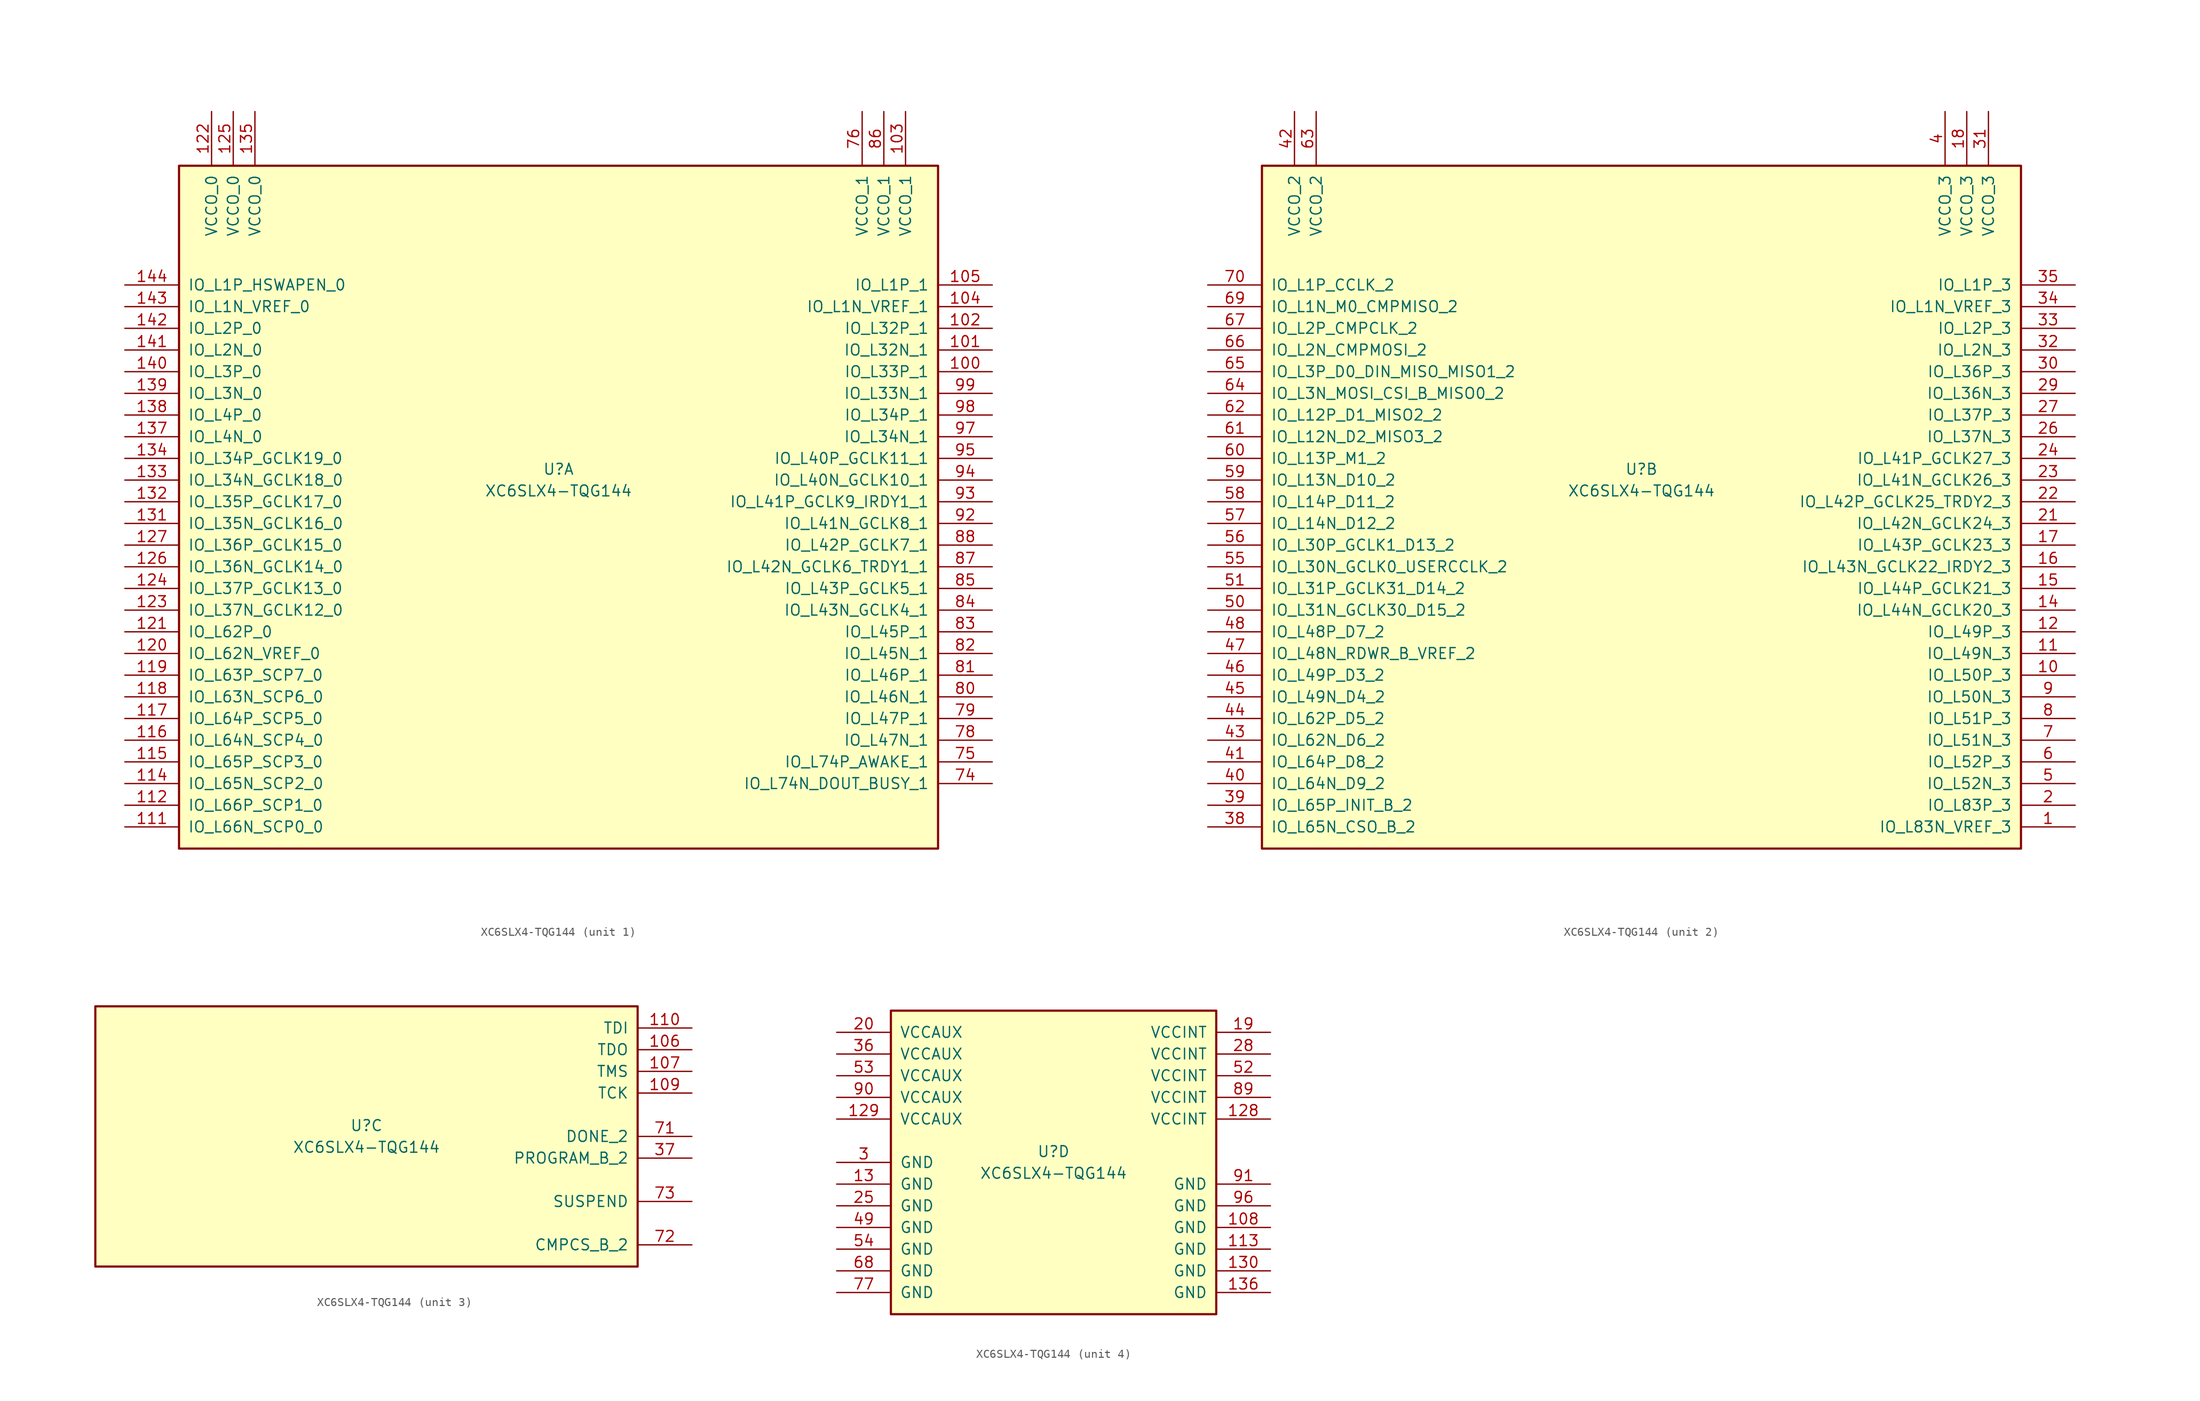
<source format=kicad_sym>
(kicad_symbol_lib
  (version 20201005)
  (generator kicad_symbol_editor)
  (symbol "XC6SLX4-TQG144"
    (pin_names
      (offset 1.016))
    (property "Reference" "U"
      (at 0 1.27 0)
      (effects (font (size 1.27 1.27))))
    (property "Value" "XC6SLX4-TQG144"
      (at 0 -1.27 0)
      (effects (font (size 1.27 1.27))))
    (property "Datasheet" ""
      (at 0 0 0)
      (effects (font (size 1.27 1.27))))
    (property "ki_locked" ""
      (at 0 0 0)
      (effects (font (size 1.27 1.27))))
    (symbol "XC6SLX4-TQG144_1_1"
      (rectangle (start -44.45 36.83) (end 44.45 -43.18) (stroke (width 0.254)) (fill (type background)))
      (pin bidirectional line (at 50.8 12.7 180) (length 6.35) (name "IO_L33P_1" (effects (font (size 1.27 1.27)))) (number "100" (effects (font (size 1.27 1.27)))))
      (pin bidirectional line (at 50.8 15.24 180) (length 6.35) (name "IO_L32N_1" (effects (font (size 1.27 1.27)))) (number "101" (effects (font (size 1.27 1.27)))))
      (pin bidirectional line (at 50.8 17.78 180) (length 6.35) (name "IO_L32P_1" (effects (font (size 1.27 1.27)))) (number "102" (effects (font (size 1.27 1.27)))))
      (pin power_in line (at 40.64 43.18 270) (length 6.35) (name "VCCO_1" (effects (font (size 1.27 1.27)))) (number "103" (effects (font (size 1.27 1.27)))))
      (pin bidirectional line (at 50.8 20.32 180) (length 6.35) (name "IO_L1N_VREF_1" (effects (font (size 1.27 1.27)))) (number "104" (effects (font (size 1.27 1.27)))))
      (pin bidirectional line (at 50.8 22.86 180) (length 6.35) (name "IO_L1P_1" (effects (font (size 1.27 1.27)))) (number "105" (effects (font (size 1.27 1.27)))))
      (pin bidirectional line (at -50.8 -40.64 0) (length 6.35) (name "IO_L66N_SCP0_0" (effects (font (size 1.27 1.27)))) (number "111" (effects (font (size 1.27 1.27)))))
      (pin bidirectional line (at -50.8 -38.1 0) (length 6.35) (name "IO_L66P_SCP1_0" (effects (font (size 1.27 1.27)))) (number "112" (effects (font (size 1.27 1.27)))))
      (pin bidirectional line (at -50.8 -35.56 0) (length 6.35) (name "IO_L65N_SCP2_0" (effects (font (size 1.27 1.27)))) (number "114" (effects (font (size 1.27 1.27)))))
      (pin bidirectional line (at -50.8 -33.02 0) (length 6.35) (name "IO_L65P_SCP3_0" (effects (font (size 1.27 1.27)))) (number "115" (effects (font (size 1.27 1.27)))))
      (pin bidirectional line (at -50.8 -30.48 0) (length 6.35) (name "IO_L64N_SCP4_0" (effects (font (size 1.27 1.27)))) (number "116" (effects (font (size 1.27 1.27)))))
      (pin bidirectional line (at -50.8 -27.94 0) (length 6.35) (name "IO_L64P_SCP5_0" (effects (font (size 1.27 1.27)))) (number "117" (effects (font (size 1.27 1.27)))))
      (pin bidirectional line (at -50.8 -25.4 0) (length 6.35) (name "IO_L63N_SCP6_0" (effects (font (size 1.27 1.27)))) (number "118" (effects (font (size 1.27 1.27)))))
      (pin bidirectional line (at -50.8 -22.86 0) (length 6.35) (name "IO_L63P_SCP7_0" (effects (font (size 1.27 1.27)))) (number "119" (effects (font (size 1.27 1.27)))))
      (pin bidirectional line (at -50.8 -20.32 0) (length 6.35) (name "IO_L62N_VREF_0" (effects (font (size 1.27 1.27)))) (number "120" (effects (font (size 1.27 1.27)))))
      (pin bidirectional line (at -50.8 -17.78 0) (length 6.35) (name "IO_L62P_0" (effects (font (size 1.27 1.27)))) (number "121" (effects (font (size 1.27 1.27)))))
      (pin power_in line (at -40.64 43.18 270) (length 6.35) (name "VCCO_0" (effects (font (size 1.27 1.27)))) (number "122" (effects (font (size 1.27 1.27)))))
      (pin bidirectional line (at -50.8 -15.24 0) (length 6.35) (name "IO_L37N_GCLK12_0" (effects (font (size 1.27 1.27)))) (number "123" (effects (font (size 1.27 1.27)))))
      (pin bidirectional line (at -50.8 -12.7 0) (length 6.35) (name "IO_L37P_GCLK13_0" (effects (font (size 1.27 1.27)))) (number "124" (effects (font (size 1.27 1.27)))))
      (pin power_in line (at -38.1 43.18 270) (length 6.35) (name "VCCO_0" (effects (font (size 1.27 1.27)))) (number "125" (effects (font (size 1.27 1.27)))))
      (pin bidirectional line (at -50.8 -10.16 0) (length 6.35) (name "IO_L36N_GCLK14_0" (effects (font (size 1.27 1.27)))) (number "126" (effects (font (size 1.27 1.27)))))
      (pin bidirectional line (at -50.8 -7.62 0) (length 6.35) (name "IO_L36P_GCLK15_0" (effects (font (size 1.27 1.27)))) (number "127" (effects (font (size 1.27 1.27)))))
      (pin bidirectional line (at -50.8 -5.08 0) (length 6.35) (name "IO_L35N_GCLK16_0" (effects (font (size 1.27 1.27)))) (number "131" (effects (font (size 1.27 1.27)))))
      (pin bidirectional line (at -50.8 -2.54 0) (length 6.35) (name "IO_L35P_GCLK17_0" (effects (font (size 1.27 1.27)))) (number "132" (effects (font (size 1.27 1.27)))))
      (pin bidirectional line (at -50.8 0 0) (length 6.35) (name "IO_L34N_GCLK18_0" (effects (font (size 1.27 1.27)))) (number "133" (effects (font (size 1.27 1.27)))))
      (pin bidirectional line (at -50.8 2.54 0) (length 6.35) (name "IO_L34P_GCLK19_0" (effects (font (size 1.27 1.27)))) (number "134" (effects (font (size 1.27 1.27)))))
      (pin power_in line (at -35.56 43.18 270) (length 6.35) (name "VCCO_0" (effects (font (size 1.27 1.27)))) (number "135" (effects (font (size 1.27 1.27)))))
      (pin bidirectional line (at -50.8 5.08 0) (length 6.35) (name "IO_L4N_0" (effects (font (size 1.27 1.27)))) (number "137" (effects (font (size 1.27 1.27)))))
      (pin bidirectional line (at -50.8 7.62 0) (length 6.35) (name "IO_L4P_0" (effects (font (size 1.27 1.27)))) (number "138" (effects (font (size 1.27 1.27)))))
      (pin bidirectional line (at -50.8 10.16 0) (length 6.35) (name "IO_L3N_0" (effects (font (size 1.27 1.27)))) (number "139" (effects (font (size 1.27 1.27)))))
      (pin bidirectional line (at -50.8 12.7 0) (length 6.35) (name "IO_L3P_0" (effects (font (size 1.27 1.27)))) (number "140" (effects (font (size 1.27 1.27)))))
      (pin bidirectional line (at -50.8 15.24 0) (length 6.35) (name "IO_L2N_0" (effects (font (size 1.27 1.27)))) (number "141" (effects (font (size 1.27 1.27)))))
      (pin bidirectional line (at -50.8 17.78 0) (length 6.35) (name "IO_L2P_0" (effects (font (size 1.27 1.27)))) (number "142" (effects (font (size 1.27 1.27)))))
      (pin bidirectional line (at -50.8 20.32 0) (length 6.35) (name "IO_L1N_VREF_0" (effects (font (size 1.27 1.27)))) (number "143" (effects (font (size 1.27 1.27)))))
      (pin bidirectional line (at -50.8 22.86 0) (length 6.35) (name "IO_L1P_HSWAPEN_0" (effects (font (size 1.27 1.27)))) (number "144" (effects (font (size 1.27 1.27)))))
      (pin bidirectional line (at 50.8 -35.56 180) (length 6.35) (name "IO_L74N_DOUT_BUSY_1" (effects (font (size 1.27 1.27)))) (number "74" (effects (font (size 1.27 1.27)))))
      (pin bidirectional line (at 50.8 -33.02 180) (length 6.35) (name "IO_L74P_AWAKE_1" (effects (font (size 1.27 1.27)))) (number "75" (effects (font (size 1.27 1.27)))))
      (pin power_in line (at 35.56 43.18 270) (length 6.35) (name "VCCO_1" (effects (font (size 1.27 1.27)))) (number "76" (effects (font (size 1.27 1.27)))))
      (pin bidirectional line (at 50.8 -30.48 180) (length 6.35) (name "IO_L47N_1" (effects (font (size 1.27 1.27)))) (number "78" (effects (font (size 1.27 1.27)))))
      (pin bidirectional line (at 50.8 -27.94 180) (length 6.35) (name "IO_L47P_1" (effects (font (size 1.27 1.27)))) (number "79" (effects (font (size 1.27 1.27)))))
      (pin bidirectional line (at 50.8 -25.4 180) (length 6.35) (name "IO_L46N_1" (effects (font (size 1.27 1.27)))) (number "80" (effects (font (size 1.27 1.27)))))
      (pin bidirectional line (at 50.8 -22.86 180) (length 6.35) (name "IO_L46P_1" (effects (font (size 1.27 1.27)))) (number "81" (effects (font (size 1.27 1.27)))))
      (pin bidirectional line (at 50.8 -20.32 180) (length 6.35) (name "IO_L45N_1" (effects (font (size 1.27 1.27)))) (number "82" (effects (font (size 1.27 1.27)))))
      (pin bidirectional line (at 50.8 -17.78 180) (length 6.35) (name "IO_L45P_1" (effects (font (size 1.27 1.27)))) (number "83" (effects (font (size 1.27 1.27)))))
      (pin bidirectional line (at 50.8 -15.24 180) (length 6.35) (name "IO_L43N_GCLK4_1" (effects (font (size 1.27 1.27)))) (number "84" (effects (font (size 1.27 1.27)))))
      (pin bidirectional line (at 50.8 -12.7 180) (length 6.35) (name "IO_L43P_GCLK5_1" (effects (font (size 1.27 1.27)))) (number "85" (effects (font (size 1.27 1.27)))))
      (pin power_in line (at 38.1 43.18 270) (length 6.35) (name "VCCO_1" (effects (font (size 1.27 1.27)))) (number "86" (effects (font (size 1.27 1.27)))))
      (pin bidirectional line (at 50.8 -10.16 180) (length 6.35) (name "IO_L42N_GCLK6_TRDY1_1" (effects (font (size 1.27 1.27)))) (number "87" (effects (font (size 1.27 1.27)))))
      (pin bidirectional line (at 50.8 -7.62 180) (length 6.35) (name "IO_L42P_GCLK7_1" (effects (font (size 1.27 1.27)))) (number "88" (effects (font (size 1.27 1.27)))))
      (pin bidirectional line (at 50.8 -5.08 180) (length 6.35) (name "IO_L41N_GCLK8_1" (effects (font (size 1.27 1.27)))) (number "92" (effects (font (size 1.27 1.27)))))
      (pin bidirectional line (at 50.8 -2.54 180) (length 6.35) (name "IO_L41P_GCLK9_IRDY1_1" (effects (font (size 1.27 1.27)))) (number "93" (effects (font (size 1.27 1.27)))))
      (pin bidirectional line (at 50.8 0 180) (length 6.35) (name "IO_L40N_GCLK10_1" (effects (font (size 1.27 1.27)))) (number "94" (effects (font (size 1.27 1.27)))))
      (pin bidirectional line (at 50.8 2.54 180) (length 6.35) (name "IO_L40P_GCLK11_1" (effects (font (size 1.27 1.27)))) (number "95" (effects (font (size 1.27 1.27)))))
      (pin bidirectional line (at 50.8 5.08 180) (length 6.35) (name "IO_L34N_1" (effects (font (size 1.27 1.27)))) (number "97" (effects (font (size 1.27 1.27)))))
      (pin bidirectional line (at 50.8 7.62 180) (length 6.35) (name "IO_L34P_1" (effects (font (size 1.27 1.27)))) (number "98" (effects (font (size 1.27 1.27)))))
      (pin bidirectional line (at 50.8 10.16 180) (length 6.35) (name "IO_L33N_1" (effects (font (size 1.27 1.27)))) (number "99" (effects (font (size 1.27 1.27))))))
    (symbol "XC6SLX4-TQG144_2_1"
      (rectangle (start -44.45 36.83) (end 44.45 -43.18) (stroke (width 0.254)) (fill (type background)))
      (pin bidirectional line (at 50.8 -40.64 180) (length 6.35) (name "IO_L83N_VREF_3" (effects (font (size 1.27 1.27)))) (number "1" (effects (font (size 1.27 1.27)))))
      (pin bidirectional line (at 50.8 -22.86 180) (length 6.35) (name "IO_L50P_3" (effects (font (size 1.27 1.27)))) (number "10" (effects (font (size 1.27 1.27)))))
      (pin bidirectional line (at 50.8 -20.32 180) (length 6.35) (name "IO_L49N_3" (effects (font (size 1.27 1.27)))) (number "11" (effects (font (size 1.27 1.27)))))
      (pin bidirectional line (at 50.8 -17.78 180) (length 6.35) (name "IO_L49P_3" (effects (font (size 1.27 1.27)))) (number "12" (effects (font (size 1.27 1.27)))))
      (pin bidirectional line (at 50.8 -15.24 180) (length 6.35) (name "IO_L44N_GCLK20_3" (effects (font (size 1.27 1.27)))) (number "14" (effects (font (size 1.27 1.27)))))
      (pin bidirectional line (at 50.8 -12.7 180) (length 6.35) (name "IO_L44P_GCLK21_3" (effects (font (size 1.27 1.27)))) (number "15" (effects (font (size 1.27 1.27)))))
      (pin bidirectional line (at 50.8 -10.16 180) (length 6.35) (name "IO_L43N_GCLK22_IRDY2_3" (effects (font (size 1.27 1.27)))) (number "16" (effects (font (size 1.27 1.27)))))
      (pin bidirectional line (at 50.8 -7.62 180) (length 6.35) (name "IO_L43P_GCLK23_3" (effects (font (size 1.27 1.27)))) (number "17" (effects (font (size 1.27 1.27)))))
      (pin power_in line (at 38.1 43.18 270) (length 6.35) (name "VCCO_3" (effects (font (size 1.27 1.27)))) (number "18" (effects (font (size 1.27 1.27)))))
      (pin bidirectional line (at 50.8 -38.1 180) (length 6.35) (name "IO_L83P_3" (effects (font (size 1.27 1.27)))) (number "2" (effects (font (size 1.27 1.27)))))
      (pin bidirectional line (at 50.8 -5.08 180) (length 6.35) (name "IO_L42N_GCLK24_3" (effects (font (size 1.27 1.27)))) (number "21" (effects (font (size 1.27 1.27)))))
      (pin bidirectional line (at 50.8 -2.54 180) (length 6.35) (name "IO_L42P_GCLK25_TRDY2_3" (effects (font (size 1.27 1.27)))) (number "22" (effects (font (size 1.27 1.27)))))
      (pin bidirectional line (at 50.8 0 180) (length 6.35) (name "IO_L41N_GCLK26_3" (effects (font (size 1.27 1.27)))) (number "23" (effects (font (size 1.27 1.27)))))
      (pin bidirectional line (at 50.8 2.54 180) (length 6.35) (name "IO_L41P_GCLK27_3" (effects (font (size 1.27 1.27)))) (number "24" (effects (font (size 1.27 1.27)))))
      (pin bidirectional line (at 50.8 5.08 180) (length 6.35) (name "IO_L37N_3" (effects (font (size 1.27 1.27)))) (number "26" (effects (font (size 1.27 1.27)))))
      (pin bidirectional line (at 50.8 7.62 180) (length 6.35) (name "IO_L37P_3" (effects (font (size 1.27 1.27)))) (number "27" (effects (font (size 1.27 1.27)))))
      (pin bidirectional line (at 50.8 10.16 180) (length 6.35) (name "IO_L36N_3" (effects (font (size 1.27 1.27)))) (number "29" (effects (font (size 1.27 1.27)))))
      (pin bidirectional line (at 50.8 12.7 180) (length 6.35) (name "IO_L36P_3" (effects (font (size 1.27 1.27)))) (number "30" (effects (font (size 1.27 1.27)))))
      (pin power_in line (at 40.64 43.18 270) (length 6.35) (name "VCCO_3" (effects (font (size 1.27 1.27)))) (number "31" (effects (font (size 1.27 1.27)))))
      (pin bidirectional line (at 50.8 15.24 180) (length 6.35) (name "IO_L2N_3" (effects (font (size 1.27 1.27)))) (number "32" (effects (font (size 1.27 1.27)))))
      (pin bidirectional line (at 50.8 17.78 180) (length 6.35) (name "IO_L2P_3" (effects (font (size 1.27 1.27)))) (number "33" (effects (font (size 1.27 1.27)))))
      (pin bidirectional line (at 50.8 20.32 180) (length 6.35) (name "IO_L1N_VREF_3" (effects (font (size 1.27 1.27)))) (number "34" (effects (font (size 1.27 1.27)))))
      (pin bidirectional line (at 50.8 22.86 180) (length 6.35) (name "IO_L1P_3" (effects (font (size 1.27 1.27)))) (number "35" (effects (font (size 1.27 1.27)))))
      (pin bidirectional line (at -50.8 -40.64 0) (length 6.35) (name "IO_L65N_CSO_B_2" (effects (font (size 1.27 1.27)))) (number "38" (effects (font (size 1.27 1.27)))))
      (pin bidirectional line (at -50.8 -38.1 0) (length 6.35) (name "IO_L65P_INIT_B_2" (effects (font (size 1.27 1.27)))) (number "39" (effects (font (size 1.27 1.27)))))
      (pin power_in line (at 35.56 43.18 270) (length 6.35) (name "VCCO_3" (effects (font (size 1.27 1.27)))) (number "4" (effects (font (size 1.27 1.27)))))
      (pin bidirectional line (at -50.8 -35.56 0) (length 6.35) (name "IO_L64N_D9_2" (effects (font (size 1.27 1.27)))) (number "40" (effects (font (size 1.27 1.27)))))
      (pin bidirectional line (at -50.8 -33.02 0) (length 6.35) (name "IO_L64P_D8_2" (effects (font (size 1.27 1.27)))) (number "41" (effects (font (size 1.27 1.27)))))
      (pin power_in line (at -40.64 43.18 270) (length 6.35) (name "VCCO_2" (effects (font (size 1.27 1.27)))) (number "42" (effects (font (size 1.27 1.27)))))
      (pin bidirectional line (at -50.8 -30.48 0) (length 6.35) (name "IO_L62N_D6_2" (effects (font (size 1.27 1.27)))) (number "43" (effects (font (size 1.27 1.27)))))
      (pin bidirectional line (at -50.8 -27.94 0) (length 6.35) (name "IO_L62P_D5_2" (effects (font (size 1.27 1.27)))) (number "44" (effects (font (size 1.27 1.27)))))
      (pin bidirectional line (at -50.8 -25.4 0) (length 6.35) (name "IO_L49N_D4_2" (effects (font (size 1.27 1.27)))) (number "45" (effects (font (size 1.27 1.27)))))
      (pin bidirectional line (at -50.8 -22.86 0) (length 6.35) (name "IO_L49P_D3_2" (effects (font (size 1.27 1.27)))) (number "46" (effects (font (size 1.27 1.27)))))
      (pin bidirectional line (at -50.8 -20.32 0) (length 6.35) (name "IO_L48N_RDWR_B_VREF_2" (effects (font (size 1.27 1.27)))) (number "47" (effects (font (size 1.27 1.27)))))
      (pin bidirectional line (at -50.8 -17.78 0) (length 6.35) (name "IO_L48P_D7_2" (effects (font (size 1.27 1.27)))) (number "48" (effects (font (size 1.27 1.27)))))
      (pin bidirectional line (at 50.8 -35.56 180) (length 6.35) (name "IO_L52N_3" (effects (font (size 1.27 1.27)))) (number "5" (effects (font (size 1.27 1.27)))))
      (pin bidirectional line (at -50.8 -15.24 0) (length 6.35) (name "IO_L31N_GCLK30_D15_2" (effects (font (size 1.27 1.27)))) (number "50" (effects (font (size 1.27 1.27)))))
      (pin bidirectional line (at -50.8 -12.7 0) (length 6.35) (name "IO_L31P_GCLK31_D14_2" (effects (font (size 1.27 1.27)))) (number "51" (effects (font (size 1.27 1.27)))))
      (pin bidirectional line (at -50.8 -10.16 0) (length 6.35) (name "IO_L30N_GCLK0_USERCCLK_2" (effects (font (size 1.27 1.27)))) (number "55" (effects (font (size 1.27 1.27)))))
      (pin bidirectional line (at -50.8 -7.62 0) (length 6.35) (name "IO_L30P_GCLK1_D13_2" (effects (font (size 1.27 1.27)))) (number "56" (effects (font (size 1.27 1.27)))))
      (pin bidirectional line (at -50.8 -5.08 0) (length 6.35) (name "IO_L14N_D12_2" (effects (font (size 1.27 1.27)))) (number "57" (effects (font (size 1.27 1.27)))))
      (pin bidirectional line (at -50.8 -2.54 0) (length 6.35) (name "IO_L14P_D11_2" (effects (font (size 1.27 1.27)))) (number "58" (effects (font (size 1.27 1.27)))))
      (pin bidirectional line (at -50.8 0 0) (length 6.35) (name "IO_L13N_D10_2" (effects (font (size 1.27 1.27)))) (number "59" (effects (font (size 1.27 1.27)))))
      (pin bidirectional line (at 50.8 -33.02 180) (length 6.35) (name "IO_L52P_3" (effects (font (size 1.27 1.27)))) (number "6" (effects (font (size 1.27 1.27)))))
      (pin bidirectional line (at -50.8 2.54 0) (length 6.35) (name "IO_L13P_M1_2" (effects (font (size 1.27 1.27)))) (number "60" (effects (font (size 1.27 1.27)))))
      (pin bidirectional line (at -50.8 5.08 0) (length 6.35) (name "IO_L12N_D2_MISO3_2" (effects (font (size 1.27 1.27)))) (number "61" (effects (font (size 1.27 1.27)))))
      (pin bidirectional line (at -50.8 7.62 0) (length 6.35) (name "IO_L12P_D1_MISO2_2" (effects (font (size 1.27 1.27)))) (number "62" (effects (font (size 1.27 1.27)))))
      (pin power_in line (at -38.1 43.18 270) (length 6.35) (name "VCCO_2" (effects (font (size 1.27 1.27)))) (number "63" (effects (font (size 1.27 1.27)))))
      (pin bidirectional line (at -50.8 10.16 0) (length 6.35) (name "IO_L3N_MOSI_CSI_B_MISO0_2" (effects (font (size 1.27 1.27)))) (number "64" (effects (font (size 1.27 1.27)))))
      (pin bidirectional line (at -50.8 12.7 0) (length 6.35) (name "IO_L3P_D0_DIN_MISO_MISO1_2" (effects (font (size 1.27 1.27)))) (number "65" (effects (font (size 1.27 1.27)))))
      (pin bidirectional line (at -50.8 15.24 0) (length 6.35) (name "IO_L2N_CMPMOSI_2" (effects (font (size 1.27 1.27)))) (number "66" (effects (font (size 1.27 1.27)))))
      (pin bidirectional line (at -50.8 17.78 0) (length 6.35) (name "IO_L2P_CMPCLK_2" (effects (font (size 1.27 1.27)))) (number "67" (effects (font (size 1.27 1.27)))))
      (pin bidirectional line (at -50.8 20.32 0) (length 6.35) (name "IO_L1N_M0_CMPMISO_2" (effects (font (size 1.27 1.27)))) (number "69" (effects (font (size 1.27 1.27)))))
      (pin bidirectional line (at 50.8 -30.48 180) (length 6.35) (name "IO_L51N_3" (effects (font (size 1.27 1.27)))) (number "7" (effects (font (size 1.27 1.27)))))
      (pin bidirectional line (at -50.8 22.86 0) (length 6.35) (name "IO_L1P_CCLK_2" (effects (font (size 1.27 1.27)))) (number "70" (effects (font (size 1.27 1.27)))))
      (pin bidirectional line (at 50.8 -27.94 180) (length 6.35) (name "IO_L51P_3" (effects (font (size 1.27 1.27)))) (number "8" (effects (font (size 1.27 1.27)))))
      (pin bidirectional line (at 50.8 -25.4 180) (length 6.35) (name "IO_L50N_3" (effects (font (size 1.27 1.27)))) (number "9" (effects (font (size 1.27 1.27))))))
    (symbol "XC6SLX4-TQG144_3_1"
      (rectangle (start -31.75 15.24) (end 31.75 -15.24) (stroke (width 0.254)) (fill (type background)))
      (pin bidirectional line (at 38.1 10.16 180) (length 6.35) (name "TDO" (effects (font (size 1.27 1.27)))) (number "106" (effects (font (size 1.27 1.27)))))
      (pin bidirectional line (at 38.1 7.62 180) (length 6.35) (name "TMS" (effects (font (size 1.27 1.27)))) (number "107" (effects (font (size 1.27 1.27)))))
      (pin bidirectional line (at 38.1 5.08 180) (length 6.35) (name "TCK" (effects (font (size 1.27 1.27)))) (number "109" (effects (font (size 1.27 1.27)))))
      (pin bidirectional line (at 38.1 12.7 180) (length 6.35) (name "TDI" (effects (font (size 1.27 1.27)))) (number "110" (effects (font (size 1.27 1.27)))))
      (pin bidirectional line (at 38.1 -2.54 180) (length 6.35) (name "PROGRAM_B_2" (effects (font (size 1.27 1.27)))) (number "37" (effects (font (size 1.27 1.27)))))
      (pin bidirectional line (at 38.1 0 180) (length 6.35) (name "DONE_2" (effects (font (size 1.27 1.27)))) (number "71" (effects (font (size 1.27 1.27)))))
      (pin bidirectional line (at 38.1 -12.7 180) (length 6.35) (name "CMPCS_B_2" (effects (font (size 1.27 1.27)))) (number "72" (effects (font (size 1.27 1.27)))))
      (pin bidirectional line (at 38.1 -7.62 180) (length 6.35) (name "SUSPEND" (effects (font (size 1.27 1.27)))) (number "73" (effects (font (size 1.27 1.27))))))
    (symbol "XC6SLX4-TQG144_4_1"
      (rectangle (start -19.05 17.78) (end 19.05 -17.78) (stroke (width 0.254)) (fill (type background)))
      (pin power_in line (at 25.4 -7.62 180) (length 6.35) (name "GND" (effects (font (size 1.27 1.27)))) (number "108" (effects (font (size 1.27 1.27)))))
      (pin power_in line (at 25.4 -10.16 180) (length 6.35) (name "GND" (effects (font (size 1.27 1.27)))) (number "113" (effects (font (size 1.27 1.27)))))
      (pin power_in line (at 25.4 5.08 180) (length 6.35) (name "VCCINT" (effects (font (size 1.27 1.27)))) (number "128" (effects (font (size 1.27 1.27)))))
      (pin power_in line (at -25.4 5.08 0) (length 6.35) (name "VCCAUX" (effects (font (size 1.27 1.27)))) (number "129" (effects (font (size 1.27 1.27)))))
      (pin power_in line (at -25.4 -2.54 0) (length 6.35) (name "GND" (effects (font (size 1.27 1.27)))) (number "13" (effects (font (size 1.27 1.27)))))
      (pin power_in line (at 25.4 -12.7 180) (length 6.35) (name "GND" (effects (font (size 1.27 1.27)))) (number "130" (effects (font (size 1.27 1.27)))))
      (pin power_in line (at 25.4 -15.24 180) (length 6.35) (name "GND" (effects (font (size 1.27 1.27)))) (number "136" (effects (font (size 1.27 1.27)))))
      (pin power_in line (at 25.4 15.24 180) (length 6.35) (name "VCCINT" (effects (font (size 1.27 1.27)))) (number "19" (effects (font (size 1.27 1.27)))))
      (pin power_in line (at -25.4 15.24 0) (length 6.35) (name "VCCAUX" (effects (font (size 1.27 1.27)))) (number "20" (effects (font (size 1.27 1.27)))))
      (pin power_in line (at -25.4 -5.08 0) (length 6.35) (name "GND" (effects (font (size 1.27 1.27)))) (number "25" (effects (font (size 1.27 1.27)))))
      (pin power_in line (at 25.4 12.7 180) (length 6.35) (name "VCCINT" (effects (font (size 1.27 1.27)))) (number "28" (effects (font (size 1.27 1.27)))))
      (pin power_in line (at -25.4 0 0) (length 6.35) (name "GND" (effects (font (size 1.27 1.27)))) (number "3" (effects (font (size 1.27 1.27)))))
      (pin power_in line (at -25.4 12.7 0) (length 6.35) (name "VCCAUX" (effects (font (size 1.27 1.27)))) (number "36" (effects (font (size 1.27 1.27)))))
      (pin power_in line (at -25.4 -7.62 0) (length 6.35) (name "GND" (effects (font (size 1.27 1.27)))) (number "49" (effects (font (size 1.27 1.27)))))
      (pin power_in line (at 25.4 10.16 180) (length 6.35) (name "VCCINT" (effects (font (size 1.27 1.27)))) (number "52" (effects (font (size 1.27 1.27)))))
      (pin power_in line (at -25.4 10.16 0) (length 6.35) (name "VCCAUX" (effects (font (size 1.27 1.27)))) (number "53" (effects (font (size 1.27 1.27)))))
      (pin power_in line (at -25.4 -10.16 0) (length 6.35) (name "GND" (effects (font (size 1.27 1.27)))) (number "54" (effects (font (size 1.27 1.27)))))
      (pin power_in line (at -25.4 -12.7 0) (length 6.35) (name "GND" (effects (font (size 1.27 1.27)))) (number "68" (effects (font (size 1.27 1.27)))))
      (pin power_in line (at -25.4 -15.24 0) (length 6.35) (name "GND" (effects (font (size 1.27 1.27)))) (number "77" (effects (font (size 1.27 1.27)))))
      (pin power_in line (at 25.4 7.62 180) (length 6.35) (name "VCCINT" (effects (font (size 1.27 1.27)))) (number "89" (effects (font (size 1.27 1.27)))))
      (pin power_in line (at -25.4 7.62 0) (length 6.35) (name "VCCAUX" (effects (font (size 1.27 1.27)))) (number "90" (effects (font (size 1.27 1.27)))))
      (pin power_in line (at 25.4 -2.54 180) (length 6.35) (name "GND" (effects (font (size 1.27 1.27)))) (number "91" (effects (font (size 1.27 1.27)))))
      (pin power_in line (at 25.4 -5.08 180) (length 6.35) (name "GND" (effects (font (size 1.27 1.27)))) (number "96" (effects (font (size 1.27 1.27))))))))
</source>
